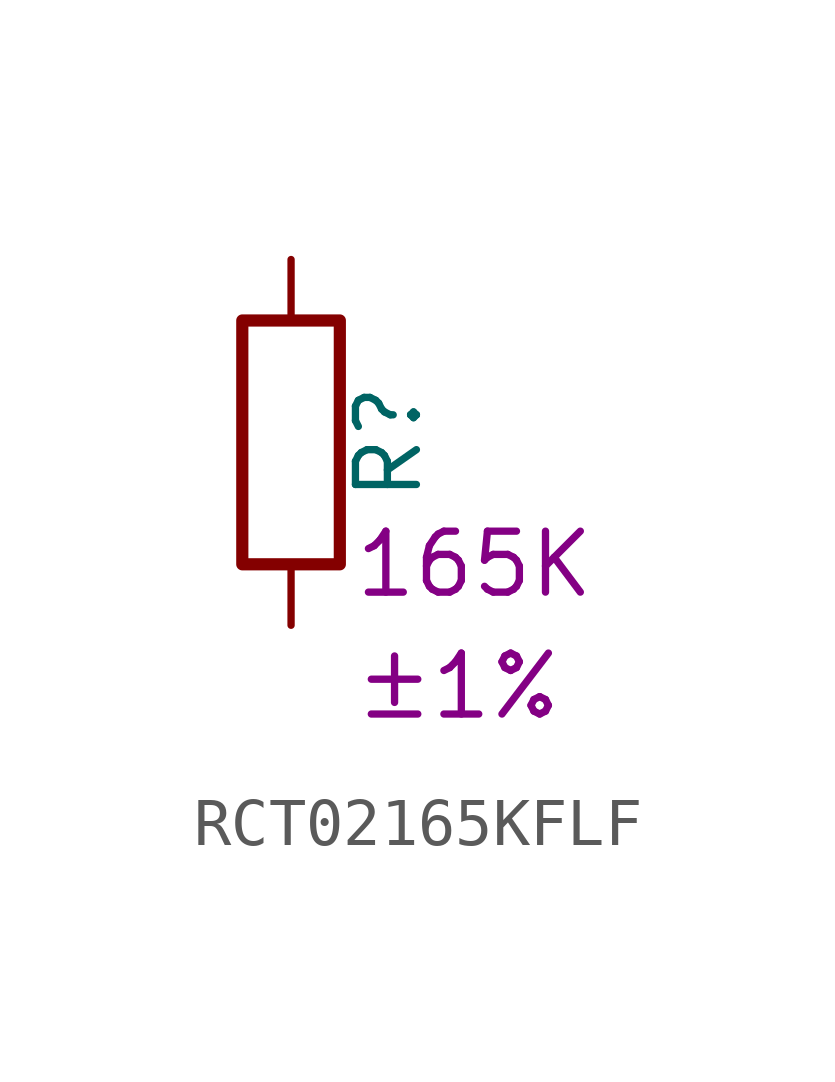
<source format=kicad_sym>
(kicad_symbol_lib
  (version 20220914)
  (generator kicad_symbol_editor)
  (symbol "RCT02165KFLF"
    (pin_numbers hide)
    (pin_names
      (offset 0))
    (property "Reference" "R"
      (at 2.032 0 90)
      (effects (font (size 1.27 1.27))))
    (property "Resistance" "165K"
      (at 1.27 -2.54 0)
      (effects (font (size 1.27 1.27)) (justify left)))
    (property "Tolerance" "±1%"
      (at 1.27 -5.08 0)
      (effects (font (size 1.27 1.27)) (justify left)))
    (symbol "RCT02165KFLF_0_1"
      (rectangle (start -1.016 -2.54) (end 1.016 2.54) (stroke (width 0.254) (type default)) (fill (type none))))
    (symbol "RCT02165KFLF_1_1"
      (pin passive line (at 0 3.81 270) (length 1.27) (name "~" (effects (font (size 1.27 1.27)))) (number "1" (effects (font (size 1.27 1.27)))))
      (pin passive line (at 0 -3.81 90) (length 1.27) (name "~" (effects (font (size 1.27 1.27)))) (number "2" (effects (font (size 1.27 1.27))))))))
</source>
